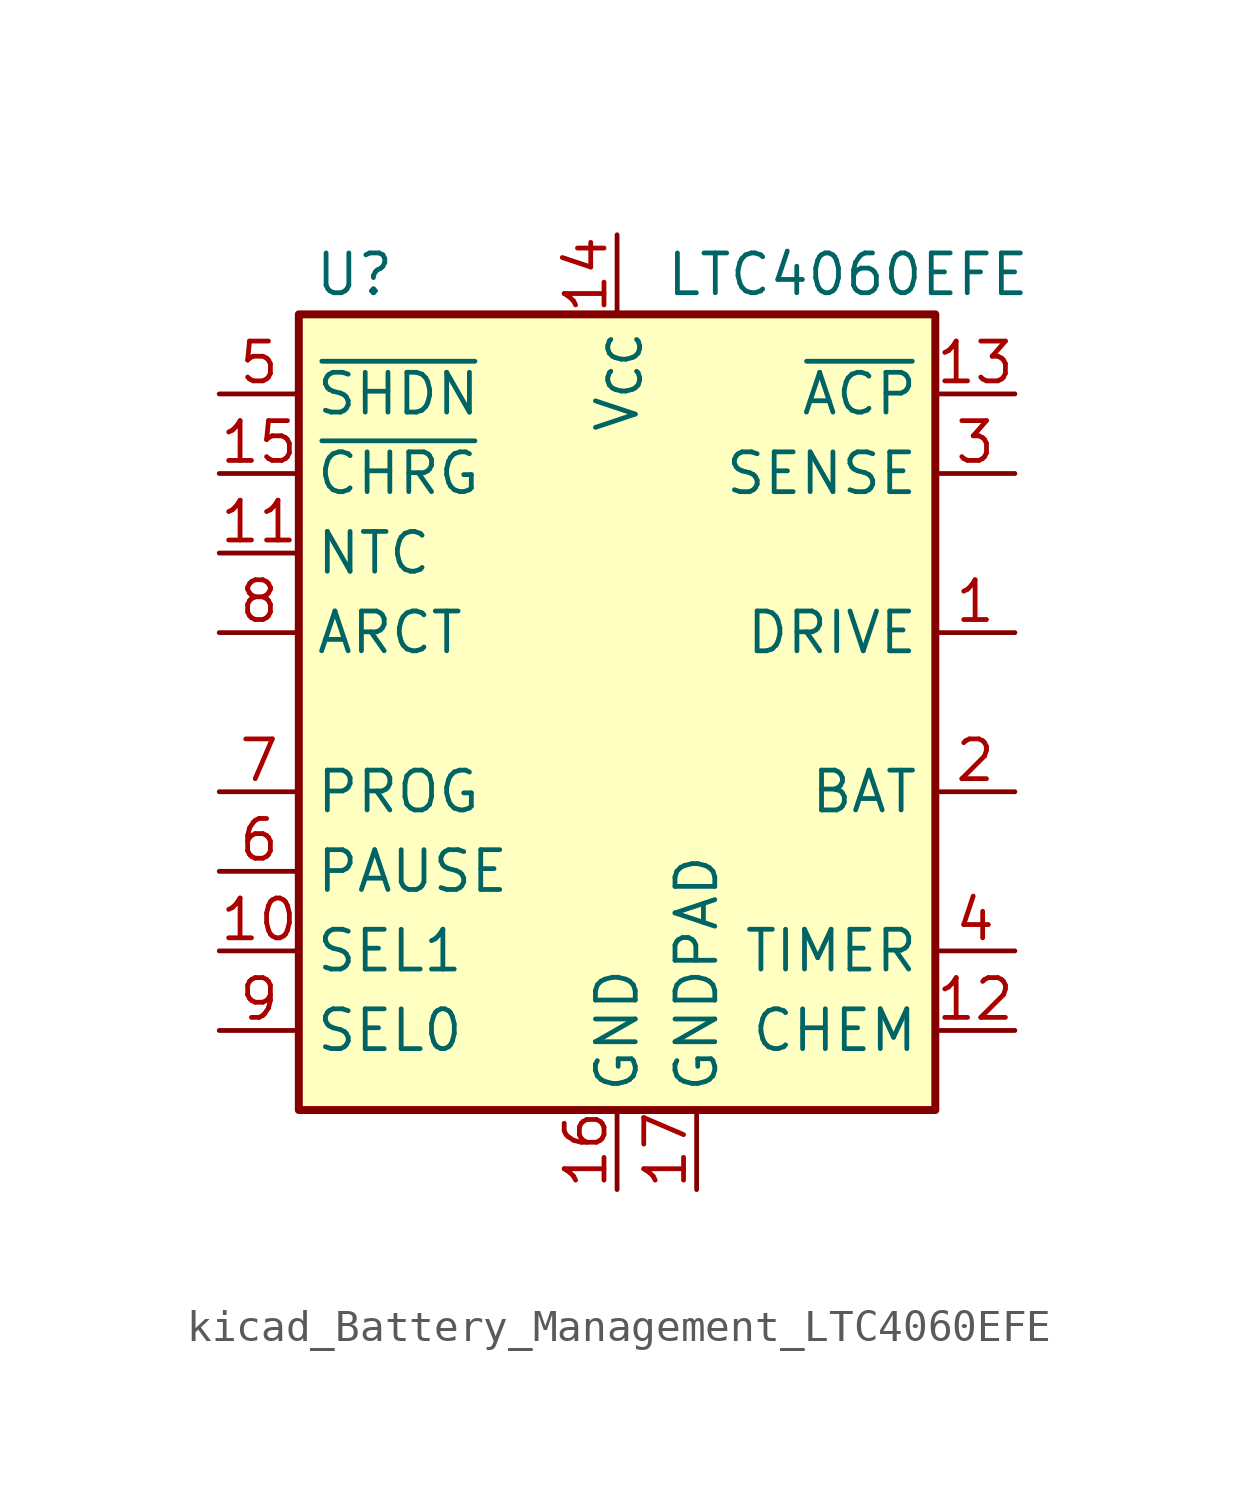
<source format=kicad_sym>
(kicad_symbol_lib
  (version 20220914)
  (generator kicad_symbol_editor)
  (symbol "kicad_Battery_Management_LTC4060EFE"
    (property "Reference" "U"
      (at -8.382 13.97 0)
      (effects (font (size 1.27 1.27))))
    (property "Value" "LTC4060EFE"
      (at 1.524 13.97 0)
      (effects (font (size 1.27 1.27)) (justify left)))
    (symbol "kicad_Battery_Management_LTC4060EFE_0_1"
      (rectangle (start -10.16 12.7) (end 10.16 -12.7) (stroke (width 0.254) (type default)) (fill (type background))))
    (symbol "kicad_Battery_Management_LTC4060EFE_1_1"
      (pin output line (at 12.7 2.54 180) (length 2.54) (name "DRIVE" (effects (font (size 1.27 1.27)))) (number "1" (effects (font (size 1.27 1.27)))))
      (pin input line (at -12.7 -7.62 0) (length 2.54) (name "SEL1" (effects (font (size 1.27 1.27)))) (number "10" (effects (font (size 1.27 1.27)))))
      (pin input line (at -12.7 5.08 0) (length 2.54) (name "NTC" (effects (font (size 1.27 1.27)))) (number "11" (effects (font (size 1.27 1.27)))))
      (pin input line (at 12.7 -10.16 180) (length 2.54) (name "CHEM" (effects (font (size 1.27 1.27)))) (number "12" (effects (font (size 1.27 1.27)))))
      (pin open_collector line (at 12.7 10.16 180) (length 2.54) (name "~{ACP}" (effects (font (size 1.27 1.27)))) (number "13" (effects (font (size 1.27 1.27)))))
      (pin power_in line (at 0 15.24 270) (length 2.54) (name "V_{CC}" (effects (font (size 1.27 1.27)))) (number "14" (effects (font (size 1.27 1.27)))))
      (pin open_collector line (at -12.7 7.62 0) (length 2.54) (name "~{CHRG}" (effects (font (size 1.27 1.27)))) (number "15" (effects (font (size 1.27 1.27)))))
      (pin power_in line (at 0 -15.24 90) (length 2.54) (name "GND" (effects (font (size 1.27 1.27)))) (number "16" (effects (font (size 1.27 1.27)))))
      (pin power_in line (at 2.54 -15.24 90) (length 2.54) (name "GNDPAD" (effects (font (size 1.27 1.27)))) (number "17" (effects (font (size 1.27 1.27)))))
      (pin input line (at 12.7 -2.54 180) (length 2.54) (name "BAT" (effects (font (size 1.27 1.27)))) (number "2" (effects (font (size 1.27 1.27)))))
      (pin input line (at 12.7 7.62 180) (length 2.54) (name "SENSE" (effects (font (size 1.27 1.27)))) (number "3" (effects (font (size 1.27 1.27)))))
      (pin input line (at 12.7 -7.62 180) (length 2.54) (name "TIMER" (effects (font (size 1.27 1.27)))) (number "4" (effects (font (size 1.27 1.27)))))
      (pin input line (at -12.7 10.16 0) (length 2.54) (name "~{SHDN}" (effects (font (size 1.27 1.27)))) (number "5" (effects (font (size 1.27 1.27)))))
      (pin input line (at -12.7 -5.08 0) (length 2.54) (name "PAUSE" (effects (font (size 1.27 1.27)))) (number "6" (effects (font (size 1.27 1.27)))))
      (pin input line (at -12.7 -2.54 0) (length 2.54) (name "PROG" (effects (font (size 1.27 1.27)))) (number "7" (effects (font (size 1.27 1.27)))))
      (pin input line (at -12.7 2.54 0) (length 2.54) (name "ARCT" (effects (font (size 1.27 1.27)))) (number "8" (effects (font (size 1.27 1.27)))))
      (pin input line (at -12.7 -10.16 0) (length 2.54) (name "SEL0" (effects (font (size 1.27 1.27)))) (number "9" (effects (font (size 1.27 1.27))))))))
</source>
